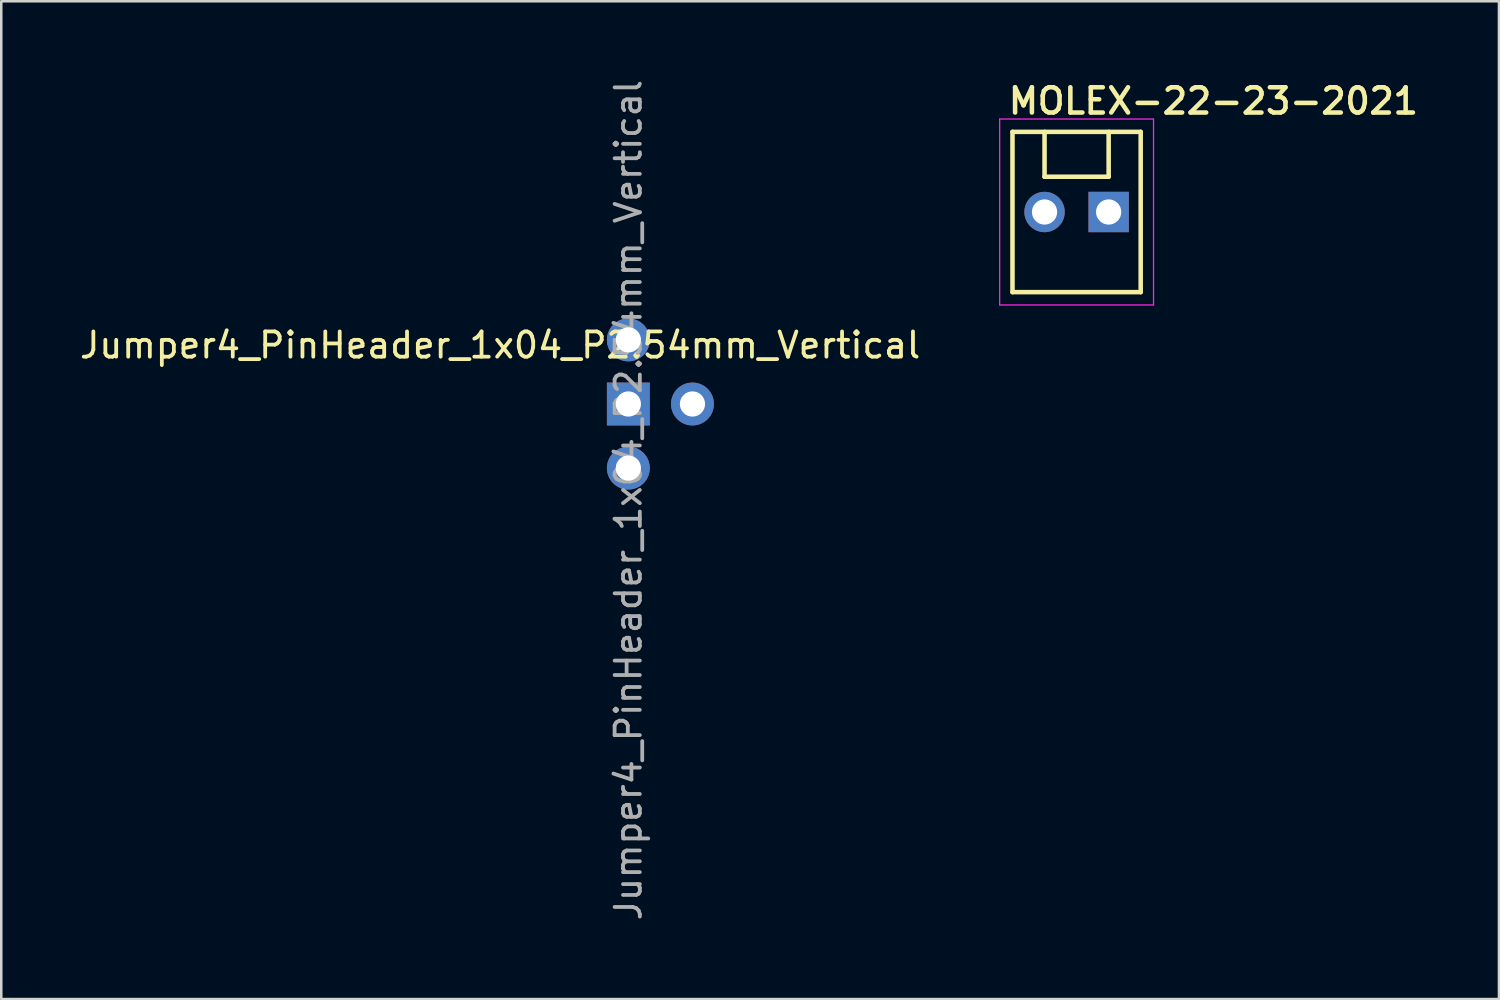
<source format=kicad_pcb>
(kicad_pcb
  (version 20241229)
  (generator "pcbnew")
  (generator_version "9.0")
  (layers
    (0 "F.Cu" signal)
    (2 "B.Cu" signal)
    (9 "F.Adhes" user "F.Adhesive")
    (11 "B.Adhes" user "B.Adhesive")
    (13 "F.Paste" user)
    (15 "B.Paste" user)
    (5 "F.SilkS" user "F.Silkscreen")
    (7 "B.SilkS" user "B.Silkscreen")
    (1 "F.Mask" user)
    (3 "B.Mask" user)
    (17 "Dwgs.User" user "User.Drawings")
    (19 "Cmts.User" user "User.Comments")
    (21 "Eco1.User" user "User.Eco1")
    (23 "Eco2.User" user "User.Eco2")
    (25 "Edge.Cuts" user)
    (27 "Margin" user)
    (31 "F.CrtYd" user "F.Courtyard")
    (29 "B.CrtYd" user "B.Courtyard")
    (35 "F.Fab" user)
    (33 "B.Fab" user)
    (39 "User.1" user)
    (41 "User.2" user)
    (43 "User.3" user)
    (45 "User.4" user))
  (footprint "MOLEX-22-23-2021"
    (layer "F.Cu")
    (at 39.609 5.35)
    (property "Reference" "MOLEX-22-23-2021" (at -2.794 -3.81 0) (layer "F.SilkS") (effects (font (size 1 1) (thickness 0.18)) (justify left bottom)))
    (attr through_hole)
    (fp_line (start -2.54 -3.175) (end 2.54 -3.175) (stroke (width 0.18) (type solid)) (layer "F.SilkS"))
    (fp_line (start -2.54 3.175) (end -2.54 -3.175) (stroke (width 0.18) (type solid)) (layer "F.SilkS"))
    (fp_line (start -1.27 -1.397) (end -1.27 -3.175) (stroke (width 0.18) (type solid)) (layer "F.SilkS"))
    (fp_line (start -1.27 -1.397) (end 1.27 -1.397) (stroke (width 0.18) (type solid)) (layer "F.SilkS"))
    (fp_line (start 1.27 -1.397) (end 1.27 -3.175) (stroke (width 0.18) (type solid)) (layer "F.SilkS"))
    (fp_line (start 2.54 -3.175) (end 2.54 3.175) (stroke (width 0.18) (type solid)) (layer "F.SilkS"))
    (fp_line (start 2.54 3.175) (end -2.54 3.175) (stroke (width 0.18) (type solid)) (layer "F.SilkS"))
    (fp_line (start -3.048 -3.683) (end 3.048 -3.683) (stroke (width 0.05) (type solid)) (layer "F.CrtYd"))
    (fp_line (start -3.048 3.683) (end -3.048 -3.683) (stroke (width 0.05) (type solid)) (layer "F.CrtYd"))
    (fp_line (start 3.048 -3.683) (end 3.048 3.683) (stroke (width 0.05) (type solid)) (layer "F.CrtYd"))
    (fp_line (start 3.048 3.683) (end -3.048 3.683) (stroke (width 0.05) (type solid)) (layer "F.CrtYd"))
    (pad "1" thru_hole rect (at 1.27 0 90) (size 1.6 1.6) (drill 1) (layers "*.Cu" "*.Mask"))
    (pad "2" thru_hole circle (at -1.27 0) (size 1.6 1.6) (drill 1) (layers "*.Cu" "*.Mask")))
  (footprint "Jumper4_PinHeader_1x04_P2.54mm_Vertical"
    (layer "F.Cu")
    (at 21.848 12.958)
    (property "Reference" "Jumper4_PinHeader_1x04_P2.54mm_Vertical" (at -5.08 -2.33 0) (layer "F.SilkS") (effects (font (size 1 1) (thickness 0.15))))
    (attr through_hole)
    (fp_text user "${REFERENCE}" (at 0 3.81 90) (layer "F.Fab") (effects (font (size 1 1) (thickness 0.15))))
    (pad "1" thru_hole rect (at 0 0) (size 1.7 1.7) (drill 1) (layers "*.Cu" "*.Mask"))
    (pad "2" thru_hole oval (at 0 -2.54) (size 1.7 1.7) (drill 1) (layers "*.Cu" "*.Mask"))
    (pad "3" thru_hole oval (at 2.54 0) (size 1.7 1.7) (drill 1) (layers "*.Cu" "*.Mask"))
    (pad "4" thru_hole oval (at 0 2.54) (size 1.7 1.7) (drill 1) (layers "*.Cu" "*.Mask")))
  (gr_rect
    (start -3 -3)
    (end 56.345 36.536)
    (stroke (width 0.1) (type default))
    (fill no)
    (layer "Edge.Cuts")))
</source>
